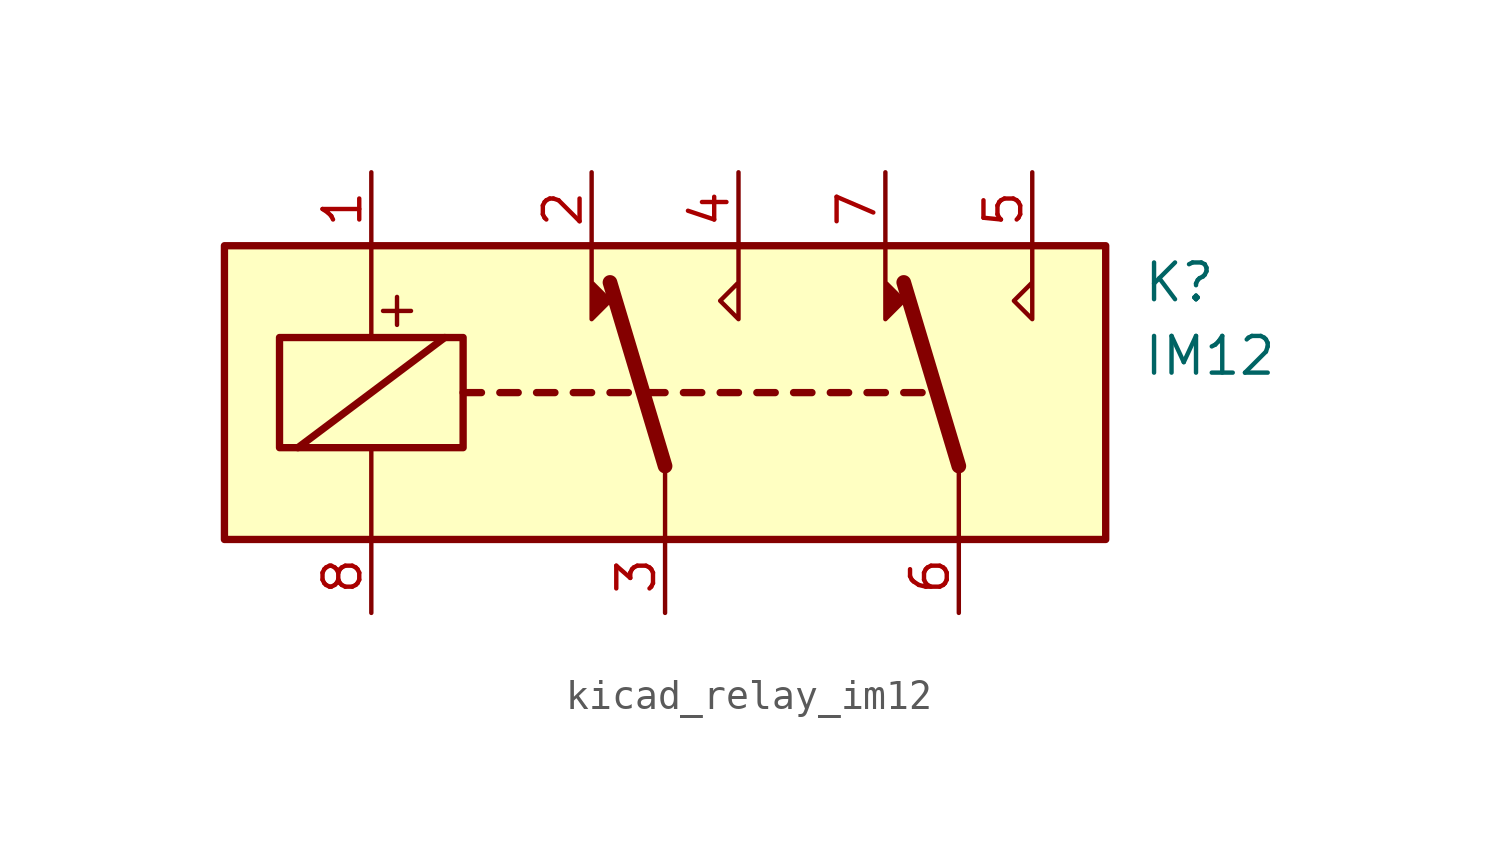
<source format=kicad_sym>
(kicad_symbol_lib
  (version 20220914)
  (generator kicad_symbol_editor)
  (symbol "kicad_relay_im12"
    (property "Reference" "K"
      (at 16.51 3.81 0)
      (effects (font (size 1.27 1.27)) (justify left)))
    (property "Value" "IM12"
      (at 16.51 1.27 0)
      (effects (font (size 1.27 1.27)) (justify left)))
    (symbol "kicad_relay_im12_0_0"
      (text "+" (at -9.271 2.921 0) (effects (font (size 1.27 1.27)))))
    (symbol "kicad_relay_im12_0_1"
      (rectangle (start -15.24 5.08) (end 15.24 -5.08) (stroke (width 0.254) (type default)) (fill (type background)))
      (rectangle (start -13.335 1.905) (end -6.985 -1.905) (stroke (width 0.254) (type default)) (fill (type none)))
      (polyline (pts (xy -12.7 -1.905) (xy -7.62 1.905)) (stroke (width 0.254) (type default)) (fill (type none)))
      (polyline (pts (xy -10.16 -5.08) (xy -10.16 -1.905)) (stroke (width 0) (type default)) (fill (type none)))
      (polyline (pts (xy -10.16 5.08) (xy -10.16 1.905)) (stroke (width 0) (type default)) (fill (type none)))
      (polyline (pts (xy -6.985 0) (xy -6.35 0)) (stroke (width 0.254) (type default)) (fill (type none)))
      (polyline (pts (xy -5.715 0) (xy -5.08 0)) (stroke (width 0.254) (type default)) (fill (type none)))
      (polyline (pts (xy -4.445 0) (xy -3.81 0)) (stroke (width 0.254) (type default)) (fill (type none)))
      (polyline (pts (xy -3.175 0) (xy -2.54 0)) (stroke (width 0.254) (type default)) (fill (type none)))
      (polyline (pts (xy -1.905 0) (xy -1.27 0)) (stroke (width 0.254) (type default)) (fill (type none)))
      (polyline (pts (xy -0.635 0) (xy 0 0)) (stroke (width 0.254) (type default)) (fill (type none)))
      (polyline (pts (xy 0 -2.54) (xy -1.905 3.81)) (stroke (width 0.508) (type default)) (fill (type none)))
      (polyline (pts (xy 0 -2.54) (xy 0 -5.08)) (stroke (width 0) (type default)) (fill (type none)))
      (polyline (pts (xy 0.635 0) (xy 1.27 0)) (stroke (width 0.254) (type default)) (fill (type none)))
      (polyline (pts (xy 1.905 0) (xy 2.54 0)) (stroke (width 0.254) (type default)) (fill (type none)))
      (polyline (pts (xy 3.175 0) (xy 3.81 0)) (stroke (width 0.254) (type default)) (fill (type none)))
      (polyline (pts (xy 4.445 0) (xy 5.08 0)) (stroke (width 0.254) (type default)) (fill (type none)))
      (polyline (pts (xy 5.715 0) (xy 6.35 0)) (stroke (width 0.254) (type default)) (fill (type none)))
      (polyline (pts (xy 6.985 0) (xy 7.62 0)) (stroke (width 0.254) (type default)) (fill (type none)))
      (polyline (pts (xy 8.255 0) (xy 8.89 0)) (stroke (width 0.254) (type default)) (fill (type none)))
      (polyline (pts (xy 10.16 -2.54) (xy 8.255 3.81)) (stroke (width 0.508) (type default)) (fill (type none)))
      (polyline (pts (xy 10.16 -2.54) (xy 10.16 -5.08)) (stroke (width 0) (type default)) (fill (type none)))
      (polyline (pts (xy -2.54 5.08) (xy -2.54 2.54) (xy -1.905 3.175) (xy -2.54 3.81)) (stroke (width 0) (type default)) (fill (type outline)))
      (polyline (pts (xy 2.54 5.08) (xy 2.54 2.54) (xy 1.905 3.175) (xy 2.54 3.81)) (stroke (width 0) (type default)) (fill (type none)))
      (polyline (pts (xy 7.62 5.08) (xy 7.62 2.54) (xy 8.255 3.175) (xy 7.62 3.81)) (stroke (width 0) (type default)) (fill (type outline)))
      (polyline (pts (xy 12.7 5.08) (xy 12.7 2.54) (xy 12.065 3.175) (xy 12.7 3.81)) (stroke (width 0) (type default)) (fill (type none))))
    (symbol "kicad_relay_im12_1_1"
      (pin passive line (at -10.16 7.62 270) (length 2.54) (name "~" (effects (font (size 1.27 1.27)))) (number "1" (effects (font (size 1.27 1.27)))))
      (pin passive line (at -2.54 7.62 270) (length 2.54) (name "~" (effects (font (size 1.27 1.27)))) (number "2" (effects (font (size 1.27 1.27)))))
      (pin passive line (at 0 -7.62 90) (length 2.54) (name "~" (effects (font (size 1.27 1.27)))) (number "3" (effects (font (size 1.27 1.27)))))
      (pin passive line (at 2.54 7.62 270) (length 2.54) (name "~" (effects (font (size 1.27 1.27)))) (number "4" (effects (font (size 1.27 1.27)))))
      (pin passive line (at 12.7 7.62 270) (length 2.54) (name "~" (effects (font (size 1.27 1.27)))) (number "5" (effects (font (size 1.27 1.27)))))
      (pin passive line (at 10.16 -7.62 90) (length 2.54) (name "~" (effects (font (size 1.27 1.27)))) (number "6" (effects (font (size 1.27 1.27)))))
      (pin passive line (at 7.62 7.62 270) (length 2.54) (name "~" (effects (font (size 1.27 1.27)))) (number "7" (effects (font (size 1.27 1.27)))))
      (pin passive line (at -10.16 -7.62 90) (length 2.54) (name "~" (effects (font (size 1.27 1.27)))) (number "8" (effects (font (size 1.27 1.27))))))))
</source>
